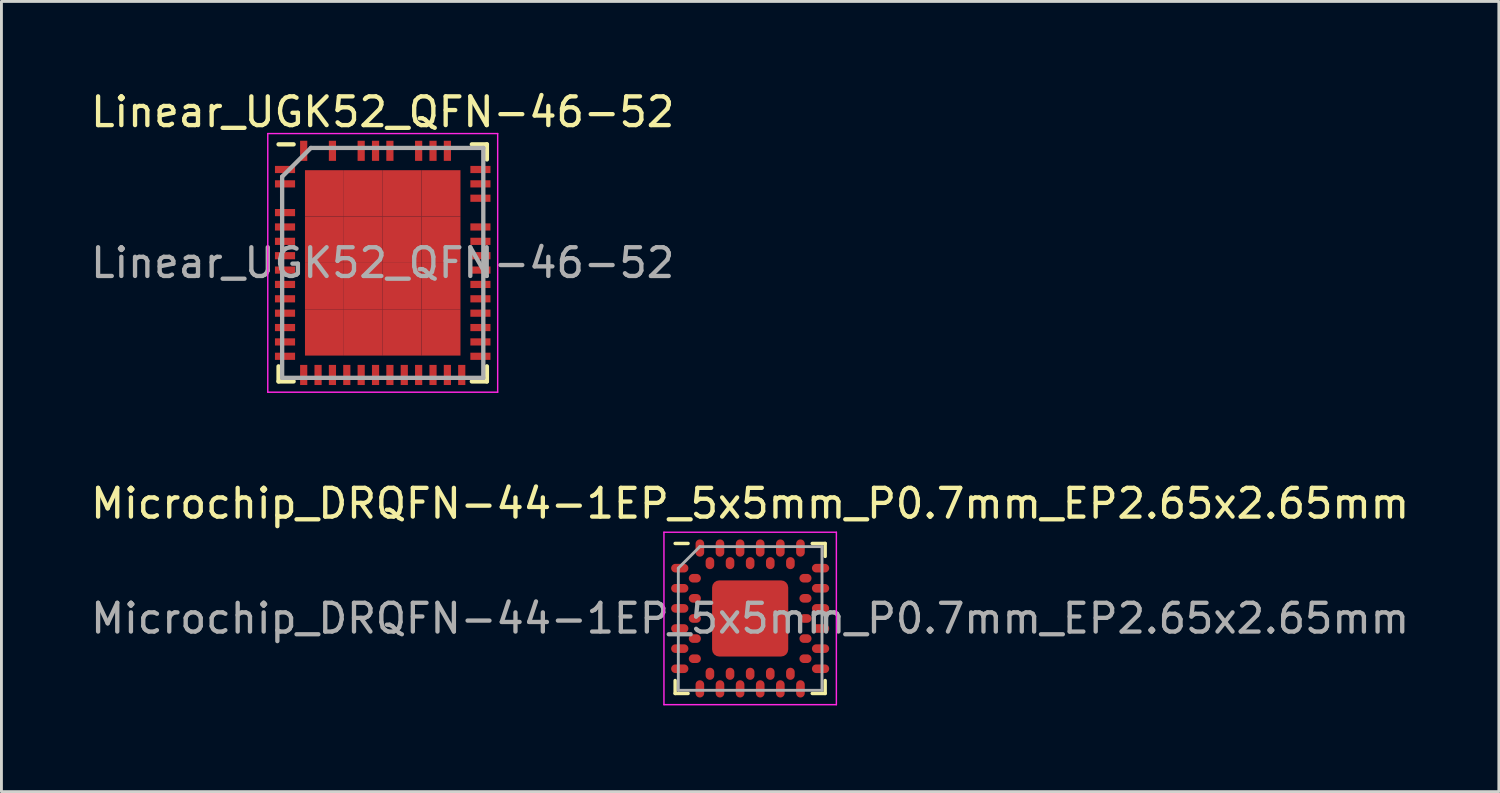
<source format=kicad_pcb>
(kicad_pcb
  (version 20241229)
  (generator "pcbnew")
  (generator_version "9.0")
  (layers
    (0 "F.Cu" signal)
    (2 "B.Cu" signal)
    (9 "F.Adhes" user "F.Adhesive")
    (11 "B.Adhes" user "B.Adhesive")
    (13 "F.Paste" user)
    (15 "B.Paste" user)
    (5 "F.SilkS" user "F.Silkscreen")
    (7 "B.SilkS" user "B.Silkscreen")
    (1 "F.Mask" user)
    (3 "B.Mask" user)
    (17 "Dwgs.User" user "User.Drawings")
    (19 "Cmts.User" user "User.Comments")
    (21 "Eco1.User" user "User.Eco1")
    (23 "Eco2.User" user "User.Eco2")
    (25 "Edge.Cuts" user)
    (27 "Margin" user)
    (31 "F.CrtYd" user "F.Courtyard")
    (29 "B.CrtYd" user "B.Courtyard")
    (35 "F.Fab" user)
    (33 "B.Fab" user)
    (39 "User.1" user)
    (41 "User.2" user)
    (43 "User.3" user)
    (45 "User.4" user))
  (footprint "Microchip_DRQFN-44-1EP_5x5mm_P0.7mm_EP2.65x2.65mm"
    (layer "F.Cu")
    (at 23.054 18.471)
    (property "Reference" "Microchip_DRQFN-44-1EP_5x5mm_P0.7mm_EP2.65x2.65mm" (at 0 -4 0) (layer "F.SilkS") (effects (font (size 1 1) (thickness 0.15))))
    (attr smd)
    (fp_line (start -2.61 2.61) (end -2.61 2.16) (stroke (width 0.12) (type solid)) (layer "F.SilkS"))
    (fp_line (start -2.16 -2.61) (end -2.61 -2.61) (stroke (width 0.12) (type solid)) (layer "F.SilkS"))
    (fp_line (start -2.16 2.61) (end -2.61 2.61) (stroke (width 0.12) (type solid)) (layer "F.SilkS"))
    (fp_line (start 2.16 -2.61) (end 2.61 -2.61) (stroke (width 0.12) (type solid)) (layer "F.SilkS"))
    (fp_line (start 2.61 -2.61) (end 2.61 -2.16) (stroke (width 0.12) (type solid)) (layer "F.SilkS"))
    (fp_line (start 2.61 2.16) (end 2.61 2.61) (stroke (width 0.12) (type solid)) (layer "F.SilkS"))
    (fp_line (start 2.61 2.61) (end 2.16 2.61) (stroke (width 0.12) (type solid)) (layer "F.SilkS"))
    (fp_line (start -3 -3) (end 3 -3) (stroke (width 0.05) (type solid)) (layer "F.CrtYd"))
    (fp_line (start -3 3) (end -3 -3) (stroke (width 0.05) (type solid)) (layer "F.CrtYd"))
    (fp_line (start 3 -3) (end 3 3) (stroke (width 0.05) (type solid)) (layer "F.CrtYd"))
    (fp_line (start 3 3) (end -3 3) (stroke (width 0.05) (type solid)) (layer "F.CrtYd"))
    (fp_line (start -2.5 -1.75) (end -1.75 -2.5) (stroke (width 0.1) (type solid)) (layer "F.Fab"))
    (fp_line (start -2.5 2.5) (end -2.5 -1.75) (stroke (width 0.1) (type solid)) (layer "F.Fab"))
    (fp_line (start -1.75 -2.5) (end 2.5 -2.5) (stroke (width 0.1) (type solid)) (layer "F.Fab"))
    (fp_line (start 2.5 -2.5) (end 2.5 2.5) (stroke (width 0.1) (type solid)) (layer "F.Fab"))
    (fp_line (start 2.5 2.5) (end -2.5 2.5) (stroke (width 0.1) (type solid)) (layer "F.Fab"))
    (fp_text user "${REFERENCE}" (at 0 0 0) (layer "F.Fab") (effects (font (size 1 1) (thickness 0.15))))
    (pad "" smd roundrect (at -0.65 -0.65) (size 1.1 1.1) (layers "F.Paste") (roundrect_rratio 0.1))
    (pad "" smd roundrect (at -0.65 0.65) (size 1.1 1.1) (layers "F.Paste") (roundrect_rratio 0.1))
    (pad "" smd roundrect (at 0.65 -0.65) (size 1.1 1.1) (layers "F.Paste") (roundrect_rratio 0.1))
    (pad "" smd roundrect (at 0.65 0.65) (size 1.1 1.1) (layers "F.Paste") (roundrect_rratio 0.1))
    (pad "A1" smd oval (at -2.45 -1.75) (size 0.6 0.3) (layers "F.Cu" "F.Mask" "F.Paste"))
    (pad "A2" smd oval (at -2.45 -1.05) (size 0.6 0.3) (layers "F.Cu" "F.Mask" "F.Paste"))
    (pad "A3" smd oval (at -2.45 -0.35) (size 0.6 0.3) (layers "F.Cu" "F.Mask" "F.Paste"))
    (pad "A4" smd oval (at -2.45 0.35) (size 0.6 0.3) (layers "F.Cu" "F.Mask" "F.Paste"))
    (pad "A5" smd oval (at -2.45 1.05) (size 0.6 0.3) (layers "F.Cu" "F.Mask" "F.Paste"))
    (pad "A6" smd oval (at -2.45 1.75) (size 0.6 0.3) (layers "F.Cu" "F.Mask" "F.Paste"))
    (pad "A7" smd oval (at -1.75 2.45) (size 0.3 0.6) (layers "F.Cu" "F.Mask" "F.Paste"))
    (pad "A8" smd oval (at -1.05 2.45) (size 0.3 0.6) (layers "F.Cu" "F.Mask" "F.Paste"))
    (pad "A9" smd oval (at -0.35 2.45) (size 0.3 0.6) (layers "F.Cu" "F.Mask" "F.Paste"))
    (pad "A10" smd oval (at 0.35 2.45) (size 0.3 0.6) (layers "F.Cu" "F.Mask" "F.Paste"))
    (pad "A11" smd oval (at 1.05 2.45) (size 0.3 0.6) (layers "F.Cu" "F.Mask" "F.Paste"))
    (pad "A12" smd oval (at 1.75 2.45) (size 0.3 0.6) (layers "F.Cu" "F.Mask" "F.Paste"))
    (pad "A13" smd oval (at 2.45 1.75) (size 0.6 0.3) (layers "F.Cu" "F.Mask" "F.Paste"))
    (pad "A14" smd oval (at 2.45 1.05) (size 0.6 0.3) (layers "F.Cu" "F.Mask" "F.Paste"))
    (pad "A15" smd oval (at 2.45 0.35) (size 0.6 0.3) (layers "F.Cu" "F.Mask" "F.Paste"))
    (pad "A16" smd oval (at 2.45 -0.35) (size 0.6 0.3) (layers "F.Cu" "F.Mask" "F.Paste"))
    (pad "A17" smd oval (at 2.45 -1.05) (size 0.6 0.3) (layers "F.Cu" "F.Mask" "F.Paste"))
    (pad "A18" smd oval (at 2.45 -1.75) (size 0.6 0.3) (layers "F.Cu" "F.Mask" "F.Paste"))
    (pad "A19" smd oval (at 1.75 -2.45) (size 0.3 0.6) (layers "F.Cu" "F.Mask" "F.Paste"))
    (pad "A20" smd oval (at 1.05 -2.45) (size 0.3 0.6) (layers "F.Cu" "F.Mask" "F.Paste"))
    (pad "A21" smd oval (at 0.35 -2.45) (size 0.3 0.6) (layers "F.Cu" "F.Mask" "F.Paste"))
    (pad "A22" smd oval (at -0.35 -2.45) (size 0.3 0.6) (layers "F.Cu" "F.Mask" "F.Paste"))
    (pad "A23" smd oval (at -1.05 -2.45) (size 0.3 0.6) (layers "F.Cu" "F.Mask" "F.Paste"))
    (pad "A24" smd oval (at -1.75 -2.45) (size 0.3 0.6) (layers "F.Cu" "F.Mask" "F.Paste"))
    (pad "B1" smd oval (at -1.925 -1.4) (size 0.42 0.3) (layers "F.Cu" "F.Mask" "F.Paste"))
    (pad "B2" smd oval (at -1.925 -0.7) (size 0.42 0.3) (layers "F.Cu" "F.Mask" "F.Paste"))
    (pad "B3" smd oval (at -1.925 0) (size 0.42 0.3) (layers "F.Cu" "F.Mask" "F.Paste"))
    (pad "B4" smd oval (at -1.925 0.7) (size 0.42 0.3) (layers "F.Cu" "F.Mask" "F.Paste"))
    (pad "B5" smd oval (at -1.925 1.4) (size 0.42 0.3) (layers "F.Cu" "F.Mask" "F.Paste"))
    (pad "B6" smd oval (at -1.4 1.925) (size 0.3 0.42) (layers "F.Cu" "F.Mask" "F.Paste"))
    (pad "B7" smd oval (at -0.7 1.925) (size 0.3 0.42) (layers "F.Cu" "F.Mask" "F.Paste"))
    (pad "B8" smd oval (at 0 1.925) (size 0.3 0.42) (layers "F.Cu" "F.Mask" "F.Paste"))
    (pad "B9" smd oval (at 0.7 1.925) (size 0.3 0.42) (layers "F.Cu" "F.Mask" "F.Paste"))
    (pad "B10" smd oval (at 1.4 1.925) (size 0.3 0.42) (layers "F.Cu" "F.Mask" "F.Paste"))
    (pad "B11" smd oval (at 1.925 1.4) (size 0.42 0.3) (layers "F.Cu" "F.Mask" "F.Paste"))
    (pad "B12" smd oval (at 1.925 0.7) (size 0.42 0.3) (layers "F.Cu" "F.Mask" "F.Paste"))
    (pad "B13" smd oval (at 1.925 0) (size 0.42 0.3) (layers "F.Cu" "F.Mask" "F.Paste"))
    (pad "B14" smd oval (at 1.925 -0.7) (size 0.42 0.3) (layers "F.Cu" "F.Mask" "F.Paste"))
    (pad "B15" smd oval (at 1.925 -1.4) (size 0.42 0.3) (layers "F.Cu" "F.Mask" "F.Paste"))
    (pad "B16" smd oval (at 1.4 -1.925) (size 0.3 0.42) (layers "F.Cu" "F.Mask" "F.Paste"))
    (pad "B17" smd oval (at 0.7 -1.925) (size 0.3 0.42) (layers "F.Cu" "F.Mask" "F.Paste"))
    (pad "B18" smd oval (at 0 -1.925) (size 0.3 0.42) (layers "F.Cu" "F.Mask" "F.Paste"))
    (pad "B19" smd oval (at -0.7 -1.925) (size 0.3 0.42) (layers "F.Cu" "F.Mask" "F.Paste"))
    (pad "B20" smd oval (at -1.4 -1.925) (size 0.3 0.42) (layers "F.Cu" "F.Mask" "F.Paste"))
    (pad "EP" smd roundrect (at 0 0) (size 2.65 2.65) (layers "F.Cu" "F.Mask") (roundrect_rratio 0.094)))
  (footprint "Linear_UGK52_QFN-46-52"
    (layer "F.Cu")
    (at 10.268 6.098)
    (property "Reference" "Linear_UGK52_QFN-46-52" (at 0 -5.25 0) (layer "F.SilkS") (effects (font (size 1 1) (thickness 0.15))))
    (attr smd)
    (fp_line (start -3.625 -4.125) (end -3.1 -4.125) (stroke (width 0.15) (type solid)) (layer "F.SilkS"))
    (fp_line (start -3.625 4.125) (end -3.625 3.6) (stroke (width 0.15) (type solid)) (layer "F.SilkS"))
    (fp_line (start -3.625 4.125) (end -3.1 4.125) (stroke (width 0.15) (type solid)) (layer "F.SilkS"))
    (fp_line (start 3.625 -4.125) (end 3.1 -4.125) (stroke (width 0.15) (type solid)) (layer "F.SilkS"))
    (fp_line (start 3.625 -4.125) (end 3.625 -3.6) (stroke (width 0.15) (type solid)) (layer "F.SilkS"))
    (fp_line (start 3.625 4.125) (end 3.1 4.125) (stroke (width 0.15) (type solid)) (layer "F.SilkS"))
    (fp_line (start 3.625 4.125) (end 3.625 3.6) (stroke (width 0.15) (type solid)) (layer "F.SilkS"))
    (fp_line (start -4 -4.5) (end -4 4.5) (stroke (width 0.05) (type solid)) (layer "F.CrtYd"))
    (fp_line (start -4 -4.5) (end 4 -4.5) (stroke (width 0.05) (type solid)) (layer "F.CrtYd"))
    (fp_line (start -4 4.5) (end 4 4.5) (stroke (width 0.05) (type solid)) (layer "F.CrtYd"))
    (fp_line (start 4 -4.5) (end 4 4.5) (stroke (width 0.05) (type solid)) (layer "F.CrtYd"))
    (fp_line (start -3.5 -3) (end -2.5 -4) (stroke (width 0.15) (type solid)) (layer "F.Fab"))
    (fp_line (start -3.5 4) (end -3.5 -3) (stroke (width 0.15) (type solid)) (layer "F.Fab"))
    (fp_line (start -2.5 -4) (end 3.5 -4) (stroke (width 0.15) (type solid)) (layer "F.Fab"))
    (fp_line (start 3.5 -4) (end 3.5 4) (stroke (width 0.15) (type solid)) (layer "F.Fab"))
    (fp_line (start 3.5 4) (end -3.5 4) (stroke (width 0.15) (type solid)) (layer "F.Fab"))
    (fp_text user "${REFERENCE}" (at 0 0 0) (layer "F.Fab") (effects (font (size 1 1) (thickness 0.15))))
    (pad "1" smd rect (at -3.4 -3.25) (size 0.7 0.25) (layers "F.Cu" "F.Mask" "F.Paste"))
    (pad "2" smd rect (at -3.4 -2.75) (size 0.7 0.25) (layers "F.Cu" "F.Mask" "F.Paste"))
    (pad "4" smd rect (at -3.4 -1.75) (size 0.7 0.25) (layers "F.Cu" "F.Mask" "F.Paste"))
    (pad "5" smd rect (at -3.4 -1.25) (size 0.7 0.25) (layers "F.Cu" "F.Mask" "F.Paste"))
    (pad "6" smd rect (at -3.4 -0.75) (size 0.7 0.25) (layers "F.Cu" "F.Mask" "F.Paste"))
    (pad "7" smd rect (at -3.4 -0.25) (size 0.7 0.25) (layers "F.Cu" "F.Mask" "F.Paste"))
    (pad "8" smd rect (at -3.4 0.25) (size 0.7 0.25) (layers "F.Cu" "F.Mask" "F.Paste"))
    (pad "9" smd rect (at -3.4 0.75) (size 0.7 0.25) (layers "F.Cu" "F.Mask" "F.Paste"))
    (pad "10" smd rect (at -3.4 1.25) (size 0.7 0.25) (layers "F.Cu" "F.Mask" "F.Paste"))
    (pad "11" smd rect (at -3.4 1.75) (size 0.7 0.25) (layers "F.Cu" "F.Mask" "F.Paste"))
    (pad "12" smd rect (at -3.4 2.25) (size 0.7 0.25) (layers "F.Cu" "F.Mask" "F.Paste"))
    (pad "13" smd rect (at -3.4 2.75) (size 0.7 0.25) (layers "F.Cu" "F.Mask" "F.Paste"))
    (pad "14" smd rect (at -3.4 3.25) (size 0.7 0.25) (layers "F.Cu" "F.Mask" "F.Paste"))
    (pad "15" smd rect (at -2.75 3.9 90) (size 0.7 0.25) (layers "F.Cu" "F.Mask" "F.Paste"))
    (pad "16" smd rect (at -2.25 3.9 90) (size 0.7 0.25) (layers "F.Cu" "F.Mask" "F.Paste"))
    (pad "17" smd rect (at -1.75 3.9 90) (size 0.7 0.25) (layers "F.Cu" "F.Mask" "F.Paste"))
    (pad "18" smd rect (at -1.25 3.9 90) (size 0.7 0.25) (layers "F.Cu" "F.Mask" "F.Paste"))
    (pad "19" smd rect (at -0.75 3.9 90) (size 0.7 0.25) (layers "F.Cu" "F.Mask" "F.Paste"))
    (pad "20" smd rect (at -0.25 3.9 90) (size 0.7 0.25) (layers "F.Cu" "F.Mask" "F.Paste"))
    (pad "21" smd rect (at 0.25 3.9 90) (size 0.7 0.25) (layers "F.Cu" "F.Mask" "F.Paste"))
    (pad "22" smd rect (at 0.75 3.9 90) (size 0.7 0.25) (layers "F.Cu" "F.Mask" "F.Paste"))
    (pad "23" smd rect (at 1.25 3.9 90) (size 0.7 0.25) (layers "F.Cu" "F.Mask" "F.Paste"))
    (pad "24" smd rect (at 1.75 3.9 90) (size 0.7 0.25) (layers "F.Cu" "F.Mask" "F.Paste"))
    (pad "25" smd rect (at 2.25 3.9 90) (size 0.7 0.25) (layers "F.Cu" "F.Mask" "F.Paste"))
    (pad "26" smd rect (at 2.75 3.9 90) (size 0.7 0.25) (layers "F.Cu" "F.Mask" "F.Paste"))
    (pad "27" smd rect (at 3.4 3.25) (size 0.7 0.25) (layers "F.Cu" "F.Mask" "F.Paste"))
    (pad "28" smd rect (at 3.4 2.75) (size 0.7 0.25) (layers "F.Cu" "F.Mask" "F.Paste"))
    (pad "29" smd rect (at 3.4 2.25) (size 0.7 0.25) (layers "F.Cu" "F.Mask" "F.Paste"))
    (pad "30" smd rect (at 3.4 1.75) (size 0.7 0.25) (layers "F.Cu" "F.Mask" "F.Paste"))
    (pad "31" smd rect (at 3.4 1.25) (size 0.7 0.25) (layers "F.Cu" "F.Mask" "F.Paste"))
    (pad "32" smd rect (at 3.4 0.75) (size 0.7 0.25) (layers "F.Cu" "F.Mask" "F.Paste"))
    (pad "33" smd rect (at 3.4 0.25) (size 0.7 0.25) (layers "F.Cu" "F.Mask" "F.Paste"))
    (pad "34" smd rect (at 3.4 -0.25) (size 0.7 0.25) (layers "F.Cu" "F.Mask" "F.Paste"))
    (pad "35" smd rect (at 3.4 -0.75) (size 0.7 0.25) (layers "F.Cu" "F.Mask" "F.Paste"))
    (pad "36" smd rect (at 3.4 -1.25) (size 0.7 0.25) (layers "F.Cu" "F.Mask" "F.Paste"))
    (pad "38" smd rect (at 3.4 -2.25) (size 0.7 0.25) (layers "F.Cu" "F.Mask" "F.Paste"))
    (pad "39" smd rect (at 3.4 -2.75) (size 0.7 0.25) (layers "F.Cu" "F.Mask" "F.Paste"))
    (pad "40" smd rect (at 3.4 -3.25) (size 0.7 0.25) (layers "F.Cu" "F.Mask" "F.Paste"))
    (pad "42" smd rect (at 2.25 -3.9 90) (size 0.7 0.25) (layers "F.Cu" "F.Mask" "F.Paste"))
    (pad "43" smd rect (at 1.75 -3.9 90) (size 0.7 0.25) (layers "F.Cu" "F.Mask" "F.Paste"))
    (pad "44" smd rect (at 1.25 -3.9 90) (size 0.7 0.25) (layers "F.Cu" "F.Mask" "F.Paste"))
    (pad "46" smd rect (at 0.25 -3.9 90) (size 0.7 0.25) (layers "F.Cu" "F.Mask" "F.Paste"))
    (pad "47" smd rect (at -0.25 -3.9 90) (size 0.7 0.25) (layers "F.Cu" "F.Mask" "F.Paste"))
    (pad "48" smd rect (at -0.75 -3.9 90) (size 0.7 0.25) (layers "F.Cu" "F.Mask" "F.Paste"))
    (pad "50" smd rect (at -1.75 -3.9 90) (size 0.7 0.25) (layers "F.Cu" "F.Mask" "F.Paste"))
    (pad "52" smd rect (at -2.75 -3.9 90) (size 0.7 0.25) (layers "F.Cu" "F.Mask" "F.Paste"))
    (pad "53" smd rect (at -2.029 -2.419) (size 1.353 1.613) (layers "F.Cu" "F.Mask" "F.Paste"))
    (pad "53" smd rect (at -2.029 -0.806) (size 1.353 1.613) (layers "F.Cu" "F.Mask" "F.Paste"))
    (pad "53" smd rect (at -2.029 0.806) (size 1.353 1.613) (layers "F.Cu" "F.Mask" "F.Paste"))
    (pad "53" smd rect (at -2.029 2.419) (size 1.353 1.613) (layers "F.Cu" "F.Mask" "F.Paste"))
    (pad "53" smd rect (at -0.676 -2.419) (size 1.353 1.613) (layers "F.Cu" "F.Mask" "F.Paste"))
    (pad "53" smd rect (at -0.676 -0.806) (size 1.353 1.613) (layers "F.Cu" "F.Mask" "F.Paste"))
    (pad "53" smd rect (at -0.676 0.806) (size 1.353 1.613) (layers "F.Cu" "F.Mask" "F.Paste"))
    (pad "53" smd rect (at -0.676 2.419) (size 1.353 1.613) (layers "F.Cu" "F.Mask" "F.Paste"))
    (pad "53" smd rect (at 0.676 -2.419) (size 1.353 1.613) (layers "F.Cu" "F.Mask" "F.Paste"))
    (pad "53" smd rect (at 0.676 -0.806) (size 1.353 1.613) (layers "F.Cu" "F.Mask" "F.Paste"))
    (pad "53" smd rect (at 0.676 0.806) (size 1.353 1.613) (layers "F.Cu" "F.Mask" "F.Paste"))
    (pad "53" smd rect (at 0.676 2.419) (size 1.353 1.613) (layers "F.Cu" "F.Mask" "F.Paste"))
    (pad "53" smd rect (at 2.029 -2.419) (size 1.353 1.613) (layers "F.Cu" "F.Mask" "F.Paste"))
    (pad "53" smd rect (at 2.029 -0.806) (size 1.353 1.613) (layers "F.Cu" "F.Mask" "F.Paste"))
    (pad "53" smd rect (at 2.029 0.806) (size 1.353 1.613) (layers "F.Cu" "F.Mask" "F.Paste"))
    (pad "53" smd rect (at 2.029 2.419) (size 1.353 1.613) (layers "F.Cu" "F.Mask" "F.Paste")))
  (gr_rect
    (start -3 -3)
    (end 49.107 24.497)
    (stroke (width 0.1) (type default))
    (fill no)
    (layer "Edge.Cuts")))
</source>
